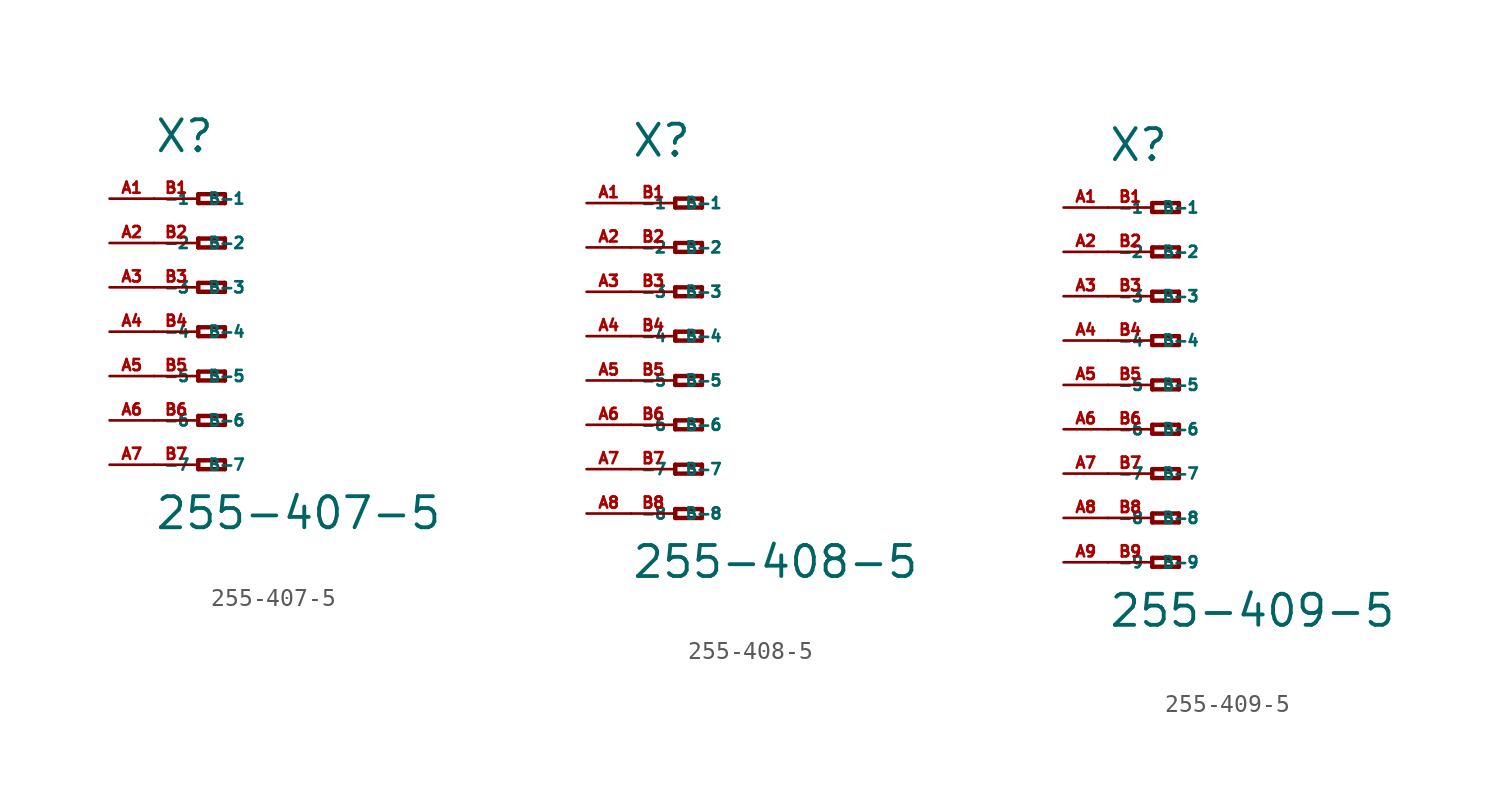
<source format=kicad_sym>
(kicad_symbol_lib
  (version 20220914)
  (generator Eagle2Kicad)
  (symbol "255-407-5"
    (property "Reference" "X"
      (at -5.08 10.16 0)
      (effects (font (size 1.778 1.778) (thickness 0.22)) (justify left bottom)))
    (property "Value" "255-407-5"
      (at -5.08 -11.43 0)
      (effects (font (size 1.778 1.778) (thickness 0.22)) (justify left bottom)))
    (polyline
      (pts (xy -2.54 7.874) (xy -2.54 7.366))
      (stroke (width 0.254) (type default))
      (fill (type none)))
    (polyline
      (pts (xy -2.54 7.366) (xy -1.016 7.366))
      (stroke (width 0.254) (type default))
      (fill (type none)))
    (polyline
      (pts (xy -1.016 7.366) (xy -1.016 7.874))
      (stroke (width 0.254) (type default))
      (fill (type none)))
    (polyline
      (pts (xy -1.016 7.874) (xy -2.54 7.874))
      (stroke (width 0.254) (type default))
      (fill (type none)))
    (polyline
      (pts (xy -2.54 5.334) (xy -2.54 4.826))
      (stroke (width 0.254) (type default))
      (fill (type none)))
    (polyline
      (pts (xy -2.54 4.826) (xy -1.016 4.826))
      (stroke (width 0.254) (type default))
      (fill (type none)))
    (polyline
      (pts (xy -1.016 4.826) (xy -1.016 5.334))
      (stroke (width 0.254) (type default))
      (fill (type none)))
    (polyline
      (pts (xy -1.016 5.334) (xy -2.54 5.334))
      (stroke (width 0.254) (type default))
      (fill (type none)))
    (polyline
      (pts (xy -2.54 2.794) (xy -2.54 2.286))
      (stroke (width 0.254) (type default))
      (fill (type none)))
    (polyline
      (pts (xy -2.54 2.286) (xy -1.016 2.286))
      (stroke (width 0.254) (type default))
      (fill (type none)))
    (polyline
      (pts (xy -1.016 2.286) (xy -1.016 2.794))
      (stroke (width 0.254) (type default))
      (fill (type none)))
    (polyline
      (pts (xy -1.016 2.794) (xy -2.54 2.794))
      (stroke (width 0.254) (type default))
      (fill (type none)))
    (polyline
      (pts (xy -2.54 0.254) (xy -2.54 -0.254))
      (stroke (width 0.254) (type default))
      (fill (type none)))
    (polyline
      (pts (xy -2.54 -0.254) (xy -1.016 -0.254))
      (stroke (width 0.254) (type default))
      (fill (type none)))
    (polyline
      (pts (xy -1.016 -0.254) (xy -1.016 0.254))
      (stroke (width 0.254) (type default))
      (fill (type none)))
    (polyline
      (pts (xy -1.016 0.254) (xy -2.54 0.254))
      (stroke (width 0.254) (type default))
      (fill (type none)))
    (polyline
      (pts (xy -2.54 -2.286) (xy -2.54 -2.794))
      (stroke (width 0.254) (type default))
      (fill (type none)))
    (polyline
      (pts (xy -2.54 -2.794) (xy -1.016 -2.794))
      (stroke (width 0.254) (type default))
      (fill (type none)))
    (polyline
      (pts (xy -1.016 -2.794) (xy -1.016 -2.286))
      (stroke (width 0.254) (type default))
      (fill (type none)))
    (polyline
      (pts (xy -1.016 -2.286) (xy -2.54 -2.286))
      (stroke (width 0.254) (type default))
      (fill (type none)))
    (polyline
      (pts (xy -2.54 -4.826) (xy -2.54 -5.334))
      (stroke (width 0.254) (type default))
      (fill (type none)))
    (polyline
      (pts (xy -2.54 -5.334) (xy -1.016 -5.334))
      (stroke (width 0.254) (type default))
      (fill (type none)))
    (polyline
      (pts (xy -1.016 -5.334) (xy -1.016 -4.826))
      (stroke (width 0.254) (type default))
      (fill (type none)))
    (polyline
      (pts (xy -1.016 -4.826) (xy -2.54 -4.826))
      (stroke (width 0.254) (type default))
      (fill (type none)))
    (polyline
      (pts (xy -2.54 -7.366) (xy -2.54 -7.874))
      (stroke (width 0.254) (type default))
      (fill (type none)))
    (polyline
      (pts (xy -2.54 -7.874) (xy -1.016 -7.874))
      (stroke (width 0.254) (type default))
      (fill (type none)))
    (polyline
      (pts (xy -1.016 -7.874) (xy -1.016 -7.366))
      (stroke (width 0.254) (type default))
      (fill (type none)))
    (polyline
      (pts (xy -1.016 -7.366) (xy -2.54 -7.366))
      (stroke (width 0.254) (type default))
      (fill (type none)))
    (pin passive line
      (at -7.62 7.62 0)
      (length 2.54)
      (name "-1" (effects (font (size 0.635 0.635) (thickness 0.08)) (justify left bottom)))
      (number "A1" (effects (font (size 0.635 0.635) (thickness 0.08)) (justify left bottom))))
    (pin passive line
      (at -7.62 5.08 0)
      (length 2.54)
      (name "-2" (effects (font (size 0.635 0.635) (thickness 0.08)) (justify left bottom)))
      (number "A2" (effects (font (size 0.635 0.635) (thickness 0.08)) (justify left bottom))))
    (pin passive line
      (at -7.62 2.54 0)
      (length 2.54)
      (name "-3" (effects (font (size 0.635 0.635) (thickness 0.08)) (justify left bottom)))
      (number "A3" (effects (font (size 0.635 0.635) (thickness 0.08)) (justify left bottom))))
    (pin passive line
      (at -7.62 0 0)
      (length 2.54)
      (name "-4" (effects (font (size 0.635 0.635) (thickness 0.08)) (justify left bottom)))
      (number "A4" (effects (font (size 0.635 0.635) (thickness 0.08)) (justify left bottom))))
    (pin passive line
      (at -7.62 -2.54 0)
      (length 2.54)
      (name "-5" (effects (font (size 0.635 0.635) (thickness 0.08)) (justify left bottom)))
      (number "A5" (effects (font (size 0.635 0.635) (thickness 0.08)) (justify left bottom))))
    (pin passive line
      (at -7.62 -5.08 0)
      (length 2.54)
      (name "-6" (effects (font (size 0.635 0.635) (thickness 0.08)) (justify left bottom)))
      (number "A6" (effects (font (size 0.635 0.635) (thickness 0.08)) (justify left bottom))))
    (pin passive line
      (at -7.62 -7.62 0)
      (length 2.54)
      (name "-7" (effects (font (size 0.635 0.635) (thickness 0.08)) (justify left bottom)))
      (number "A7" (effects (font (size 0.635 0.635) (thickness 0.08)) (justify left bottom))))
    (pin passive line
      (at -5.08 -7.62 0)
      (length 2.54)
      (name "B-7" (effects (font (size 0.635 0.635) (thickness 0.08)) (justify left bottom)))
      (number "B7" (effects (font (size 0.635 0.635) (thickness 0.08)) (justify left bottom))))
    (pin passive line
      (at -5.08 7.62 0)
      (length 2.54)
      (name "B-1" (effects (font (size 0.635 0.635) (thickness 0.08)) (justify left bottom)))
      (number "B1" (effects (font (size 0.635 0.635) (thickness 0.08)) (justify left bottom))))
    (pin passive line
      (at -5.08 5.08 0)
      (length 2.54)
      (name "B-2" (effects (font (size 0.635 0.635) (thickness 0.08)) (justify left bottom)))
      (number "B2" (effects (font (size 0.635 0.635) (thickness 0.08)) (justify left bottom))))
    (pin passive line
      (at -5.08 2.54 0)
      (length 2.54)
      (name "B-3" (effects (font (size 0.635 0.635) (thickness 0.08)) (justify left bottom)))
      (number "B3" (effects (font (size 0.635 0.635) (thickness 0.08)) (justify left bottom))))
    (pin passive line
      (at -5.08 0 0)
      (length 2.54)
      (name "B-4" (effects (font (size 0.635 0.635) (thickness 0.08)) (justify left bottom)))
      (number "B4" (effects (font (size 0.635 0.635) (thickness 0.08)) (justify left bottom))))
    (pin passive line
      (at -5.08 -2.54 0)
      (length 2.54)
      (name "B-5" (effects (font (size 0.635 0.635) (thickness 0.08)) (justify left bottom)))
      (number "B5" (effects (font (size 0.635 0.635) (thickness 0.08)) (justify left bottom))))
    (pin passive line
      (at -5.08 -5.08 0)
      (length 2.54)
      (name "B-6" (effects (font (size 0.635 0.635) (thickness 0.08)) (justify left bottom)))
      (number "B6" (effects (font (size 0.635 0.635) (thickness 0.08)) (justify left bottom)))))
  (symbol "255-408-5"
    (property "Reference" "X"
      (at -5.08 10.16 0)
      (effects (font (size 1.778 1.778) (thickness 0.22)) (justify left bottom)))
    (property "Value" "255-408-5"
      (at -5.08 -13.97 0)
      (effects (font (size 1.778 1.778) (thickness 0.22)) (justify left bottom)))
    (polyline
      (pts (xy -2.54 7.874) (xy -2.54 7.366))
      (stroke (width 0.254) (type default))
      (fill (type none)))
    (polyline
      (pts (xy -2.54 7.366) (xy -1.016 7.366))
      (stroke (width 0.254) (type default))
      (fill (type none)))
    (polyline
      (pts (xy -1.016 7.366) (xy -1.016 7.874))
      (stroke (width 0.254) (type default))
      (fill (type none)))
    (polyline
      (pts (xy -1.016 7.874) (xy -2.54 7.874))
      (stroke (width 0.254) (type default))
      (fill (type none)))
    (polyline
      (pts (xy -2.54 5.334) (xy -2.54 4.826))
      (stroke (width 0.254) (type default))
      (fill (type none)))
    (polyline
      (pts (xy -2.54 4.826) (xy -1.016 4.826))
      (stroke (width 0.254) (type default))
      (fill (type none)))
    (polyline
      (pts (xy -1.016 4.826) (xy -1.016 5.334))
      (stroke (width 0.254) (type default))
      (fill (type none)))
    (polyline
      (pts (xy -1.016 5.334) (xy -2.54 5.334))
      (stroke (width 0.254) (type default))
      (fill (type none)))
    (polyline
      (pts (xy -2.54 2.794) (xy -2.54 2.286))
      (stroke (width 0.254) (type default))
      (fill (type none)))
    (polyline
      (pts (xy -2.54 2.286) (xy -1.016 2.286))
      (stroke (width 0.254) (type default))
      (fill (type none)))
    (polyline
      (pts (xy -1.016 2.286) (xy -1.016 2.794))
      (stroke (width 0.254) (type default))
      (fill (type none)))
    (polyline
      (pts (xy -1.016 2.794) (xy -2.54 2.794))
      (stroke (width 0.254) (type default))
      (fill (type none)))
    (polyline
      (pts (xy -2.54 0.254) (xy -2.54 -0.254))
      (stroke (width 0.254) (type default))
      (fill (type none)))
    (polyline
      (pts (xy -2.54 -0.254) (xy -1.016 -0.254))
      (stroke (width 0.254) (type default))
      (fill (type none)))
    (polyline
      (pts (xy -1.016 -0.254) (xy -1.016 0.254))
      (stroke (width 0.254) (type default))
      (fill (type none)))
    (polyline
      (pts (xy -1.016 0.254) (xy -2.54 0.254))
      (stroke (width 0.254) (type default))
      (fill (type none)))
    (polyline
      (pts (xy -2.54 -2.286) (xy -2.54 -2.794))
      (stroke (width 0.254) (type default))
      (fill (type none)))
    (polyline
      (pts (xy -2.54 -2.794) (xy -1.016 -2.794))
      (stroke (width 0.254) (type default))
      (fill (type none)))
    (polyline
      (pts (xy -1.016 -2.794) (xy -1.016 -2.286))
      (stroke (width 0.254) (type default))
      (fill (type none)))
    (polyline
      (pts (xy -1.016 -2.286) (xy -2.54 -2.286))
      (stroke (width 0.254) (type default))
      (fill (type none)))
    (polyline
      (pts (xy -2.54 -4.826) (xy -2.54 -5.334))
      (stroke (width 0.254) (type default))
      (fill (type none)))
    (polyline
      (pts (xy -2.54 -5.334) (xy -1.016 -5.334))
      (stroke (width 0.254) (type default))
      (fill (type none)))
    (polyline
      (pts (xy -1.016 -5.334) (xy -1.016 -4.826))
      (stroke (width 0.254) (type default))
      (fill (type none)))
    (polyline
      (pts (xy -1.016 -4.826) (xy -2.54 -4.826))
      (stroke (width 0.254) (type default))
      (fill (type none)))
    (polyline
      (pts (xy -2.54 -7.366) (xy -2.54 -7.874))
      (stroke (width 0.254) (type default))
      (fill (type none)))
    (polyline
      (pts (xy -2.54 -7.874) (xy -1.016 -7.874))
      (stroke (width 0.254) (type default))
      (fill (type none)))
    (polyline
      (pts (xy -1.016 -7.874) (xy -1.016 -7.366))
      (stroke (width 0.254) (type default))
      (fill (type none)))
    (polyline
      (pts (xy -1.016 -7.366) (xy -2.54 -7.366))
      (stroke (width 0.254) (type default))
      (fill (type none)))
    (polyline
      (pts (xy -2.54 -9.906) (xy -2.54 -10.414))
      (stroke (width 0.254) (type default))
      (fill (type none)))
    (polyline
      (pts (xy -2.54 -10.414) (xy -1.016 -10.414))
      (stroke (width 0.254) (type default))
      (fill (type none)))
    (polyline
      (pts (xy -1.016 -10.414) (xy -1.016 -9.906))
      (stroke (width 0.254) (type default))
      (fill (type none)))
    (polyline
      (pts (xy -1.016 -9.906) (xy -2.54 -9.906))
      (stroke (width 0.254) (type default))
      (fill (type none)))
    (pin passive line
      (at -7.62 7.62 0)
      (length 2.54)
      (name "-1" (effects (font (size 0.635 0.635) (thickness 0.08)) (justify left bottom)))
      (number "A1" (effects (font (size 0.635 0.635) (thickness 0.08)) (justify left bottom))))
    (pin passive line
      (at -7.62 5.08 0)
      (length 2.54)
      (name "-2" (effects (font (size 0.635 0.635) (thickness 0.08)) (justify left bottom)))
      (number "A2" (effects (font (size 0.635 0.635) (thickness 0.08)) (justify left bottom))))
    (pin passive line
      (at -7.62 2.54 0)
      (length 2.54)
      (name "-3" (effects (font (size 0.635 0.635) (thickness 0.08)) (justify left bottom)))
      (number "A3" (effects (font (size 0.635 0.635) (thickness 0.08)) (justify left bottom))))
    (pin passive line
      (at -7.62 0 0)
      (length 2.54)
      (name "-4" (effects (font (size 0.635 0.635) (thickness 0.08)) (justify left bottom)))
      (number "A4" (effects (font (size 0.635 0.635) (thickness 0.08)) (justify left bottom))))
    (pin passive line
      (at -7.62 -2.54 0)
      (length 2.54)
      (name "-5" (effects (font (size 0.635 0.635) (thickness 0.08)) (justify left bottom)))
      (number "A5" (effects (font (size 0.635 0.635) (thickness 0.08)) (justify left bottom))))
    (pin passive line
      (at -7.62 -5.08 0)
      (length 2.54)
      (name "-6" (effects (font (size 0.635 0.635) (thickness 0.08)) (justify left bottom)))
      (number "A6" (effects (font (size 0.635 0.635) (thickness 0.08)) (justify left bottom))))
    (pin passive line
      (at -7.62 -7.62 0)
      (length 2.54)
      (name "-7" (effects (font (size 0.635 0.635) (thickness 0.08)) (justify left bottom)))
      (number "A7" (effects (font (size 0.635 0.635) (thickness 0.08)) (justify left bottom))))
    (pin passive line
      (at -7.62 -10.16 0)
      (length 2.54)
      (name "-8" (effects (font (size 0.635 0.635) (thickness 0.08)) (justify left bottom)))
      (number "A8" (effects (font (size 0.635 0.635) (thickness 0.08)) (justify left bottom))))
    (pin passive line
      (at -5.08 -10.16 0)
      (length 2.54)
      (name "B-8" (effects (font (size 0.635 0.635) (thickness 0.08)) (justify left bottom)))
      (number "B8" (effects (font (size 0.635 0.635) (thickness 0.08)) (justify left bottom))))
    (pin passive line
      (at -5.08 7.62 0)
      (length 2.54)
      (name "B-1" (effects (font (size 0.635 0.635) (thickness 0.08)) (justify left bottom)))
      (number "B1" (effects (font (size 0.635 0.635) (thickness 0.08)) (justify left bottom))))
    (pin passive line
      (at -5.08 5.08 0)
      (length 2.54)
      (name "B-2" (effects (font (size 0.635 0.635) (thickness 0.08)) (justify left bottom)))
      (number "B2" (effects (font (size 0.635 0.635) (thickness 0.08)) (justify left bottom))))
    (pin passive line
      (at -5.08 2.54 0)
      (length 2.54)
      (name "B-3" (effects (font (size 0.635 0.635) (thickness 0.08)) (justify left bottom)))
      (number "B3" (effects (font (size 0.635 0.635) (thickness 0.08)) (justify left bottom))))
    (pin passive line
      (at -5.08 0 0)
      (length 2.54)
      (name "B-4" (effects (font (size 0.635 0.635) (thickness 0.08)) (justify left bottom)))
      (number "B4" (effects (font (size 0.635 0.635) (thickness 0.08)) (justify left bottom))))
    (pin passive line
      (at -5.08 -2.54 0)
      (length 2.54)
      (name "B-5" (effects (font (size 0.635 0.635) (thickness 0.08)) (justify left bottom)))
      (number "B5" (effects (font (size 0.635 0.635) (thickness 0.08)) (justify left bottom))))
    (pin passive line
      (at -5.08 -5.08 0)
      (length 2.54)
      (name "B-6" (effects (font (size 0.635 0.635) (thickness 0.08)) (justify left bottom)))
      (number "B6" (effects (font (size 0.635 0.635) (thickness 0.08)) (justify left bottom))))
    (pin passive line
      (at -5.08 -7.62 0)
      (length 2.54)
      (name "B-7" (effects (font (size 0.635 0.635) (thickness 0.08)) (justify left bottom)))
      (number "B7" (effects (font (size 0.635 0.635) (thickness 0.08)) (justify left bottom)))))
  (symbol "255-409-5"
    (property "Reference" "X"
      (at -5.08 12.7 0)
      (effects (font (size 1.778 1.778) (thickness 0.22)) (justify left bottom)))
    (property "Value" "255-409-5"
      (at -5.08 -13.97 0)
      (effects (font (size 1.778 1.778) (thickness 0.22)) (justify left bottom)))
    (polyline
      (pts (xy -2.54 10.414) (xy -2.54 9.906))
      (stroke (width 0.254) (type default))
      (fill (type none)))
    (polyline
      (pts (xy -2.54 9.906) (xy -1.016 9.906))
      (stroke (width 0.254) (type default))
      (fill (type none)))
    (polyline
      (pts (xy -1.016 9.906) (xy -1.016 10.414))
      (stroke (width 0.254) (type default))
      (fill (type none)))
    (polyline
      (pts (xy -1.016 10.414) (xy -2.54 10.414))
      (stroke (width 0.254) (type default))
      (fill (type none)))
    (polyline
      (pts (xy -2.54 7.874) (xy -2.54 7.366))
      (stroke (width 0.254) (type default))
      (fill (type none)))
    (polyline
      (pts (xy -2.54 7.366) (xy -1.016 7.366))
      (stroke (width 0.254) (type default))
      (fill (type none)))
    (polyline
      (pts (xy -1.016 7.366) (xy -1.016 7.874))
      (stroke (width 0.254) (type default))
      (fill (type none)))
    (polyline
      (pts (xy -1.016 7.874) (xy -2.54 7.874))
      (stroke (width 0.254) (type default))
      (fill (type none)))
    (polyline
      (pts (xy -2.54 5.334) (xy -2.54 4.826))
      (stroke (width 0.254) (type default))
      (fill (type none)))
    (polyline
      (pts (xy -2.54 4.826) (xy -1.016 4.826))
      (stroke (width 0.254) (type default))
      (fill (type none)))
    (polyline
      (pts (xy -1.016 4.826) (xy -1.016 5.334))
      (stroke (width 0.254) (type default))
      (fill (type none)))
    (polyline
      (pts (xy -1.016 5.334) (xy -2.54 5.334))
      (stroke (width 0.254) (type default))
      (fill (type none)))
    (polyline
      (pts (xy -2.54 2.794) (xy -2.54 2.286))
      (stroke (width 0.254) (type default))
      (fill (type none)))
    (polyline
      (pts (xy -2.54 2.286) (xy -1.016 2.286))
      (stroke (width 0.254) (type default))
      (fill (type none)))
    (polyline
      (pts (xy -1.016 2.286) (xy -1.016 2.794))
      (stroke (width 0.254) (type default))
      (fill (type none)))
    (polyline
      (pts (xy -1.016 2.794) (xy -2.54 2.794))
      (stroke (width 0.254) (type default))
      (fill (type none)))
    (polyline
      (pts (xy -2.54 0.254) (xy -2.54 -0.254))
      (stroke (width 0.254) (type default))
      (fill (type none)))
    (polyline
      (pts (xy -2.54 -0.254) (xy -1.016 -0.254))
      (stroke (width 0.254) (type default))
      (fill (type none)))
    (polyline
      (pts (xy -1.016 -0.254) (xy -1.016 0.254))
      (stroke (width 0.254) (type default))
      (fill (type none)))
    (polyline
      (pts (xy -1.016 0.254) (xy -2.54 0.254))
      (stroke (width 0.254) (type default))
      (fill (type none)))
    (polyline
      (pts (xy -2.54 -2.286) (xy -2.54 -2.794))
      (stroke (width 0.254) (type default))
      (fill (type none)))
    (polyline
      (pts (xy -2.54 -2.794) (xy -1.016 -2.794))
      (stroke (width 0.254) (type default))
      (fill (type none)))
    (polyline
      (pts (xy -1.016 -2.794) (xy -1.016 -2.286))
      (stroke (width 0.254) (type default))
      (fill (type none)))
    (polyline
      (pts (xy -1.016 -2.286) (xy -2.54 -2.286))
      (stroke (width 0.254) (type default))
      (fill (type none)))
    (polyline
      (pts (xy -2.54 -4.826) (xy -2.54 -5.334))
      (stroke (width 0.254) (type default))
      (fill (type none)))
    (polyline
      (pts (xy -2.54 -5.334) (xy -1.016 -5.334))
      (stroke (width 0.254) (type default))
      (fill (type none)))
    (polyline
      (pts (xy -1.016 -5.334) (xy -1.016 -4.826))
      (stroke (width 0.254) (type default))
      (fill (type none)))
    (polyline
      (pts (xy -1.016 -4.826) (xy -2.54 -4.826))
      (stroke (width 0.254) (type default))
      (fill (type none)))
    (polyline
      (pts (xy -2.54 -7.366) (xy -2.54 -7.874))
      (stroke (width 0.254) (type default))
      (fill (type none)))
    (polyline
      (pts (xy -2.54 -7.874) (xy -1.016 -7.874))
      (stroke (width 0.254) (type default))
      (fill (type none)))
    (polyline
      (pts (xy -1.016 -7.874) (xy -1.016 -7.366))
      (stroke (width 0.254) (type default))
      (fill (type none)))
    (polyline
      (pts (xy -1.016 -7.366) (xy -2.54 -7.366))
      (stroke (width 0.254) (type default))
      (fill (type none)))
    (polyline
      (pts (xy -2.54 -9.906) (xy -2.54 -10.414))
      (stroke (width 0.254) (type default))
      (fill (type none)))
    (polyline
      (pts (xy -2.54 -10.414) (xy -1.016 -10.414))
      (stroke (width 0.254) (type default))
      (fill (type none)))
    (polyline
      (pts (xy -1.016 -10.414) (xy -1.016 -9.906))
      (stroke (width 0.254) (type default))
      (fill (type none)))
    (polyline
      (pts (xy -1.016 -9.906) (xy -2.54 -9.906))
      (stroke (width 0.254) (type default))
      (fill (type none)))
    (pin passive line
      (at -7.62 10.16 0)
      (length 2.54)
      (name "-1" (effects (font (size 0.635 0.635) (thickness 0.08)) (justify left bottom)))
      (number "A1" (effects (font (size 0.635 0.635) (thickness 0.08)) (justify left bottom))))
    (pin passive line
      (at -7.62 7.62 0)
      (length 2.54)
      (name "-2" (effects (font (size 0.635 0.635) (thickness 0.08)) (justify left bottom)))
      (number "A2" (effects (font (size 0.635 0.635) (thickness 0.08)) (justify left bottom))))
    (pin passive line
      (at -7.62 5.08 0)
      (length 2.54)
      (name "-3" (effects (font (size 0.635 0.635) (thickness 0.08)) (justify left bottom)))
      (number "A3" (effects (font (size 0.635 0.635) (thickness 0.08)) (justify left bottom))))
    (pin passive line
      (at -7.62 2.54 0)
      (length 2.54)
      (name "-4" (effects (font (size 0.635 0.635) (thickness 0.08)) (justify left bottom)))
      (number "A4" (effects (font (size 0.635 0.635) (thickness 0.08)) (justify left bottom))))
    (pin passive line
      (at -7.62 0 0)
      (length 2.54)
      (name "-5" (effects (font (size 0.635 0.635) (thickness 0.08)) (justify left bottom)))
      (number "A5" (effects (font (size 0.635 0.635) (thickness 0.08)) (justify left bottom))))
    (pin passive line
      (at -7.62 -2.54 0)
      (length 2.54)
      (name "-6" (effects (font (size 0.635 0.635) (thickness 0.08)) (justify left bottom)))
      (number "A6" (effects (font (size 0.635 0.635) (thickness 0.08)) (justify left bottom))))
    (pin passive line
      (at -7.62 -5.08 0)
      (length 2.54)
      (name "-7" (effects (font (size 0.635 0.635) (thickness 0.08)) (justify left bottom)))
      (number "A7" (effects (font (size 0.635 0.635) (thickness 0.08)) (justify left bottom))))
    (pin passive line
      (at -7.62 -7.62 0)
      (length 2.54)
      (name "-8" (effects (font (size 0.635 0.635) (thickness 0.08)) (justify left bottom)))
      (number "A8" (effects (font (size 0.635 0.635) (thickness 0.08)) (justify left bottom))))
    (pin passive line
      (at -7.62 -10.16 0)
      (length 2.54)
      (name "-9" (effects (font (size 0.635 0.635) (thickness 0.08)) (justify left bottom)))
      (number "A9" (effects (font (size 0.635 0.635) (thickness 0.08)) (justify left bottom))))
    (pin passive line
      (at -5.08 -10.16 0)
      (length 2.54)
      (name "B-9" (effects (font (size 0.635 0.635) (thickness 0.08)) (justify left bottom)))
      (number "B9" (effects (font (size 0.635 0.635) (thickness 0.08)) (justify left bottom))))
    (pin passive line
      (at -5.08 10.16 0)
      (length 2.54)
      (name "B-1" (effects (font (size 0.635 0.635) (thickness 0.08)) (justify left bottom)))
      (number "B1" (effects (font (size 0.635 0.635) (thickness 0.08)) (justify left bottom))))
    (pin passive line
      (at -5.08 7.62 0)
      (length 2.54)
      (name "B-2" (effects (font (size 0.635 0.635) (thickness 0.08)) (justify left bottom)))
      (number "B2" (effects (font (size 0.635 0.635) (thickness 0.08)) (justify left bottom))))
    (pin passive line
      (at -5.08 5.08 0)
      (length 2.54)
      (name "B-3" (effects (font (size 0.635 0.635) (thickness 0.08)) (justify left bottom)))
      (number "B3" (effects (font (size 0.635 0.635) (thickness 0.08)) (justify left bottom))))
    (pin passive line
      (at -5.08 2.54 0)
      (length 2.54)
      (name "B-4" (effects (font (size 0.635 0.635) (thickness 0.08)) (justify left bottom)))
      (number "B4" (effects (font (size 0.635 0.635) (thickness 0.08)) (justify left bottom))))
    (pin passive line
      (at -5.08 0 0)
      (length 2.54)
      (name "B-5" (effects (font (size 0.635 0.635) (thickness 0.08)) (justify left bottom)))
      (number "B5" (effects (font (size 0.635 0.635) (thickness 0.08)) (justify left bottom))))
    (pin passive line
      (at -5.08 -2.54 0)
      (length 2.54)
      (name "B-6" (effects (font (size 0.635 0.635) (thickness 0.08)) (justify left bottom)))
      (number "B6" (effects (font (size 0.635 0.635) (thickness 0.08)) (justify left bottom))))
    (pin passive line
      (at -5.08 -5.08 0)
      (length 2.54)
      (name "B-7" (effects (font (size 0.635 0.635) (thickness 0.08)) (justify left bottom)))
      (number "B7" (effects (font (size 0.635 0.635) (thickness 0.08)) (justify left bottom))))
    (pin passive line
      (at -5.08 -7.62 0)
      (length 2.54)
      (name "B-8" (effects (font (size 0.635 0.635) (thickness 0.08)) (justify left bottom)))
      (number "B8" (effects (font (size 0.635 0.635) (thickness 0.08)) (justify left bottom))))))
</source>
